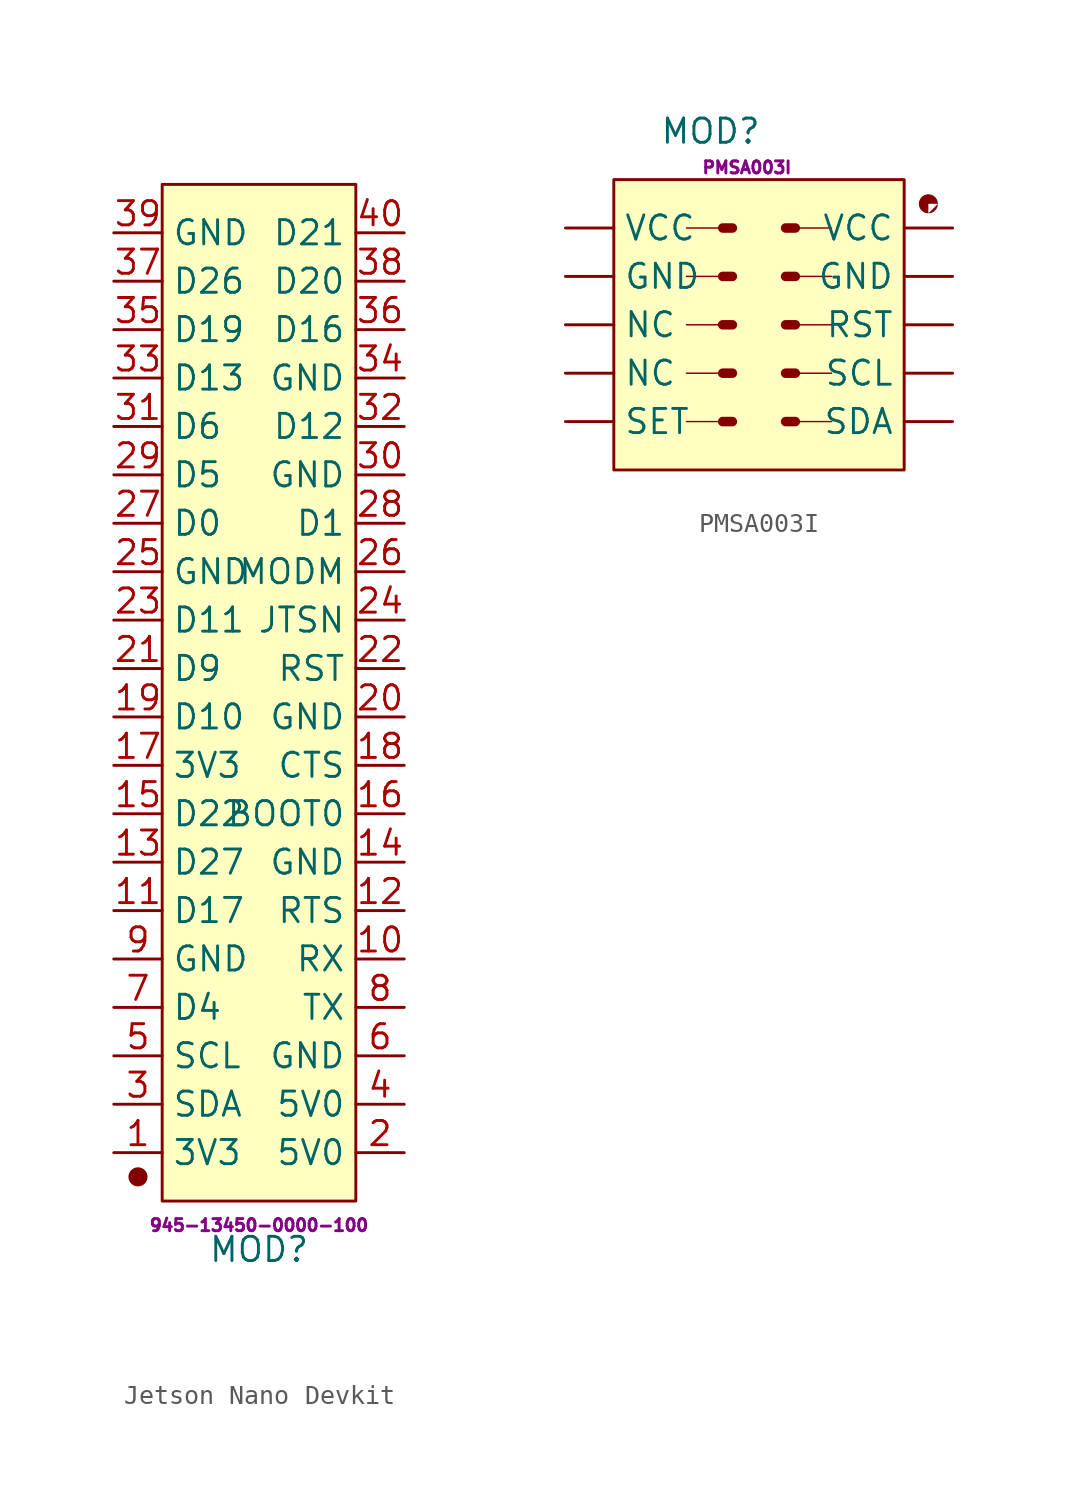
<source format=kicad_sym>
(kicad_symbol_lib
  (version 20220914)
  (generator kicad_symbol_editor)
  (symbol "Jetson Nano Devkit"
    (property "Reference" "MOD"
      (at 0 -10.16 0)
      (effects (font (size 1.27 1.27))))
    (property "Mfr PN" "945-13450-0000-100"
      (at 0 -8.89 0)
      (effects (font (size 0.635 0.635))))
    (symbol "Jetson Nano Devkit_1_0"
      (pin passive line (at -7.62 7.62 0) (length 2.54) (name "D17" (effects (font (size 1.27 1.27)))) (number "11" (effects (font (size 1.27 1.27)))))
      (pin passive line (at 7.62 7.62 180) (length 2.54) (name "RTS" (effects (font (size 1.27 1.27)))) (number "12" (effects (font (size 1.27 1.27)))))
      (pin passive line (at -7.62 10.16 0) (length 2.54) (name "D27" (effects (font (size 1.27 1.27)))) (number "13" (effects (font (size 1.27 1.27)))))
      (pin passive line (at 7.62 10.16 180) (length 2.54) (name "GND" (effects (font (size 1.27 1.27)))) (number "14" (effects (font (size 1.27 1.27)))))
      (pin passive line (at 7.62 12.7 180) (length 2.54) (name "BOOT0" (effects (font (size 1.27 1.27)))) (number "16" (effects (font (size 1.27 1.27)))))
      (pin passive line (at -7.62 15.24 0) (length 2.54) (name "3V3" (effects (font (size 1.27 1.27)))) (number "17" (effects (font (size 1.27 1.27)))))
      (pin passive line (at 7.62 15.24 180) (length 2.54) (name "CTS" (effects (font (size 1.27 1.27)))) (number "18" (effects (font (size 1.27 1.27)))))
      (pin passive line (at -7.62 17.78 0) (length 2.54) (name "D10" (effects (font (size 1.27 1.27)))) (number "19" (effects (font (size 1.27 1.27)))))
      (pin passive line (at 7.62 17.78 180) (length 2.54) (name "GND" (effects (font (size 1.27 1.27)))) (number "20" (effects (font (size 1.27 1.27)))))
      (pin passive line (at -7.62 20.32 0) (length 2.54) (name "D9" (effects (font (size 1.27 1.27)))) (number "21" (effects (font (size 1.27 1.27)))))
      (pin passive line (at 7.62 20.32 180) (length 2.54) (name "RST" (effects (font (size 1.27 1.27)))) (number "22" (effects (font (size 1.27 1.27)))))
      (pin passive line (at -7.62 22.86 0) (length 2.54) (name "D11" (effects (font (size 1.27 1.27)))) (number "23" (effects (font (size 1.27 1.27)))))
      (pin passive line (at 7.62 22.86 180) (length 2.54) (name "JTSN" (effects (font (size 1.27 1.27)))) (number "24" (effects (font (size 1.27 1.27)))))
      (pin passive line (at -7.62 25.4 0) (length 2.54) (name "GND" (effects (font (size 1.27 1.27)))) (number "25" (effects (font (size 1.27 1.27)))))
      (pin passive line (at 7.62 25.4 180) (length 2.54) (name "MODM" (effects (font (size 1.27 1.27)))) (number "26" (effects (font (size 1.27 1.27)))))
      (pin passive line (at -7.62 27.94 0) (length 2.54) (name "D0" (effects (font (size 1.27 1.27)))) (number "27" (effects (font (size 1.27 1.27)))))
      (pin passive line (at 7.62 27.94 180) (length 2.54) (name "D1" (effects (font (size 1.27 1.27)))) (number "28" (effects (font (size 1.27 1.27)))))
      (pin passive line (at -7.62 30.48 0) (length 2.54) (name "D5" (effects (font (size 1.27 1.27)))) (number "29" (effects (font (size 1.27 1.27)))))
      (pin passive line (at 7.62 30.48 180) (length 2.54) (name "GND" (effects (font (size 1.27 1.27)))) (number "30" (effects (font (size 1.27 1.27)))))
      (pin passive line (at -7.62 33.02 0) (length 2.54) (name "D6" (effects (font (size 1.27 1.27)))) (number "31" (effects (font (size 1.27 1.27)))))
      (pin passive line (at 7.62 33.02 180) (length 2.54) (name "D12" (effects (font (size 1.27 1.27)))) (number "32" (effects (font (size 1.27 1.27)))))
      (pin passive line (at -7.62 35.56 0) (length 2.54) (name "D13" (effects (font (size 1.27 1.27)))) (number "33" (effects (font (size 1.27 1.27)))))
      (pin passive line (at 7.62 35.56 180) (length 2.54) (name "GND" (effects (font (size 1.27 1.27)))) (number "34" (effects (font (size 1.27 1.27)))))
      (pin passive line (at -7.62 38.1 0) (length 2.54) (name "D19" (effects (font (size 1.27 1.27)))) (number "35" (effects (font (size 1.27 1.27)))))
      (pin passive line (at 7.62 38.1 180) (length 2.54) (name "D16" (effects (font (size 1.27 1.27)))) (number "36" (effects (font (size 1.27 1.27)))))
      (pin passive line (at -7.62 40.64 0) (length 2.54) (name "D26" (effects (font (size 1.27 1.27)))) (number "37" (effects (font (size 1.27 1.27)))))
      (pin passive line (at 7.62 40.64 180) (length 2.54) (name "D20" (effects (font (size 1.27 1.27)))) (number "38" (effects (font (size 1.27 1.27)))))
      (pin passive line (at -7.62 43.18 0) (length 2.54) (name "GND" (effects (font (size 1.27 1.27)))) (number "39" (effects (font (size 1.27 1.27)))))
      (pin passive line (at 7.62 43.18 180) (length 2.54) (name "D21" (effects (font (size 1.27 1.27)))) (number "40" (effects (font (size 1.27 1.27))))))
    (symbol "Jetson Nano Devkit_1_1"
      (circle (center -6.35 -6.35) (radius 0.0001) (stroke (width 1) (type default)) (fill (type outline)))
      (rectangle (start -5.08 45.72) (end 5.08 -7.62) (stroke (width 0) (type default)) (fill (type background)))
      (pin passive line (at -7.62 -5.08 0) (length 2.54) (name "3V3" (effects (font (size 1.27 1.27)))) (number "1" (effects (font (size 1.27 1.27)))))
      (pin passive line (at 7.62 5.08 180) (length 2.54) (name "RX" (effects (font (size 1.27 1.27)))) (number "10" (effects (font (size 1.27 1.27)))))
      (pin passive line (at -7.62 12.7 0) (length 2.54) (name "D22" (effects (font (size 1.27 1.27)))) (number "15" (effects (font (size 1.27 1.27)))))
      (pin passive line (at 7.62 -5.08 180) (length 2.54) (name "5V0" (effects (font (size 1.27 1.27)))) (number "2" (effects (font (size 1.27 1.27)))))
      (pin passive line (at -7.62 -2.54 0) (length 2.54) (name "SDA" (effects (font (size 1.27 1.27)))) (number "3" (effects (font (size 1.27 1.27)))))
      (pin passive line (at 7.62 -2.54 180) (length 2.54) (name "5V0" (effects (font (size 1.27 1.27)))) (number "4" (effects (font (size 1.27 1.27)))))
      (pin passive line (at -7.62 0 0) (length 2.54) (name "SCL" (effects (font (size 1.27 1.27)))) (number "5" (effects (font (size 1.27 1.27)))))
      (pin passive line (at 7.62 0 180) (length 2.54) (name "GND" (effects (font (size 1.27 1.27)))) (number "6" (effects (font (size 1.27 1.27)))))
      (pin passive line (at -7.62 2.54 0) (length 2.54) (name "D4" (effects (font (size 1.27 1.27)))) (number "7" (effects (font (size 1.27 1.27)))))
      (pin passive line (at 7.62 2.54 180) (length 2.54) (name "TX" (effects (font (size 1.27 1.27)))) (number "8" (effects (font (size 1.27 1.27)))))
      (pin passive line (at -7.62 5.08 0) (length 2.54) (name "GND" (effects (font (size 1.27 1.27)))) (number "9" (effects (font (size 1.27 1.27)))))))
  (symbol "PMSA003I"
    (pin_numbers hide)
    (property "Reference" "MOD"
      (at -7.62 5.08 0)
      (effects (font (size 1.27 1.27))))
    (property "Mfr PN" "PMSA003I"
      (at -5.715 3.175 0)
      (effects (font (size 0.635 0.635))))
    (symbol "PMSA003I_1_1"
      (rectangle (start -12.7 2.54) (end 2.54 -12.7) (stroke (width 0) (type default)) (fill (type background)))
      (polyline (pts (xy -8.89 -10.16) (xy -6.985 -10.16)) (stroke (width 0.075) (type default)) (fill (type none)))
      (polyline (pts (xy -8.89 -7.62) (xy -6.985 -7.62)) (stroke (width 0.075) (type default)) (fill (type none)))
      (polyline (pts (xy -8.89 -5.08) (xy -6.985 -5.08)) (stroke (width 0.075) (type default)) (fill (type none)))
      (polyline (pts (xy -8.89 -2.54) (xy -6.985 -2.54)) (stroke (width 0.075) (type default)) (fill (type none)))
      (polyline (pts (xy -8.89 0) (xy -6.985 0)) (stroke (width 0.075) (type default)) (fill (type none)))
      (polyline (pts (xy -6.985 -10.16) (xy -6.477 -10.16)) (stroke (width 0.5) (type default)) (fill (type none)))
      (polyline (pts (xy -6.985 -7.62) (xy -6.477 -7.62)) (stroke (width 0.5) (type default)) (fill (type none)))
      (polyline (pts (xy -6.985 -5.08) (xy -6.477 -5.08)) (stroke (width 0.5) (type default)) (fill (type none)))
      (polyline (pts (xy -6.985 -2.54) (xy -6.477 -2.54)) (stroke (width 0.5) (type default)) (fill (type none)))
      (polyline (pts (xy -6.985 0) (xy -6.477 0)) (stroke (width 0.5) (type default)) (fill (type none)))
      (polyline (pts (xy -3.175 -10.16) (xy -3.683 -10.16)) (stroke (width 0.5) (type default)) (fill (type none)))
      (polyline (pts (xy -3.175 -7.62) (xy -3.683 -7.62)) (stroke (width 0.5) (type default)) (fill (type none)))
      (polyline (pts (xy -3.175 -5.08) (xy -3.683 -5.08)) (stroke (width 0.5) (type default)) (fill (type none)))
      (polyline (pts (xy -3.175 -2.54) (xy -3.683 -2.54)) (stroke (width 0.5) (type default)) (fill (type none)))
      (polyline (pts (xy -3.175 0) (xy -3.683 0)) (stroke (width 0.5) (type default)) (fill (type none)))
      (polyline (pts (xy -1.27 -10.16) (xy -3.175 -10.16)) (stroke (width 0.075) (type default)) (fill (type none)))
      (polyline (pts (xy -1.27 -7.62) (xy -3.175 -7.62)) (stroke (width 0.075) (type default)) (fill (type none)))
      (polyline (pts (xy -1.27 -5.08) (xy -3.175 -5.08)) (stroke (width 0.075) (type default)) (fill (type none)))
      (polyline (pts (xy -1.27 -2.54) (xy -3.175 -2.54)) (stroke (width 0.075) (type default)) (fill (type none)))
      (polyline (pts (xy -1.27 0) (xy -3.175 0)) (stroke (width 0.075) (type default)) (fill (type none)))
      (circle (center 3.81 1.27) (radius 0.0001) (stroke (width 1) (type default)) (fill (type outline)))
      (pin passive line (at 5.08 0 180) (length 2.54) (name "VCC" (effects (font (size 1.27 1.27)))) (number "1" (effects (font (size 1.27 1.27)))))
      (pin passive line (at -15.24 -10.16 0) (length 2.54) (name "SET" (effects (font (size 1.27 1.27)))) (number "10" (effects (font (size 1.27 1.27)))))
      (pin passive line (at -15.24 0 0) (length 2.54) (name "VCC" (effects (font (size 1.27 1.27)))) (number "2" (effects (font (size 1.27 1.27)))))
      (pin passive line (at 5.08 -2.54 180) (length 2.54) (name "GND" (effects (font (size 1.27 1.27)))) (number "3" (effects (font (size 1.27 1.27)))))
      (pin passive line (at -15.24 -2.54 0) (length 2.54) (name "GND" (effects (font (size 1.27 1.27)))) (number "4" (effects (font (size 1.27 1.27)))))
      (pin passive line (at 5.08 -5.08 180) (length 2.54) (name "RST" (effects (font (size 1.27 1.27)))) (number "5" (effects (font (size 1.27 1.27)))))
      (pin passive line (at -15.24 -5.08 0) (length 2.54) (name "NC" (effects (font (size 1.27 1.27)))) (number "6" (effects (font (size 1.27 1.27)))))
      (pin passive line (at 5.08 -7.62 180) (length 2.54) (name "SCL" (effects (font (size 1.27 1.27)))) (number "7" (effects (font (size 1.27 1.27)))))
      (pin passive line (at -15.24 -7.62 0) (length 2.54) (name "NC" (effects (font (size 1.27 1.27)))) (number "8" (effects (font (size 1.27 1.27)))))
      (pin passive line (at 5.08 -10.16 180) (length 2.54) (name "SDA" (effects (font (size 1.27 1.27)))) (number "9" (effects (font (size 1.27 1.27))))))))
</source>
